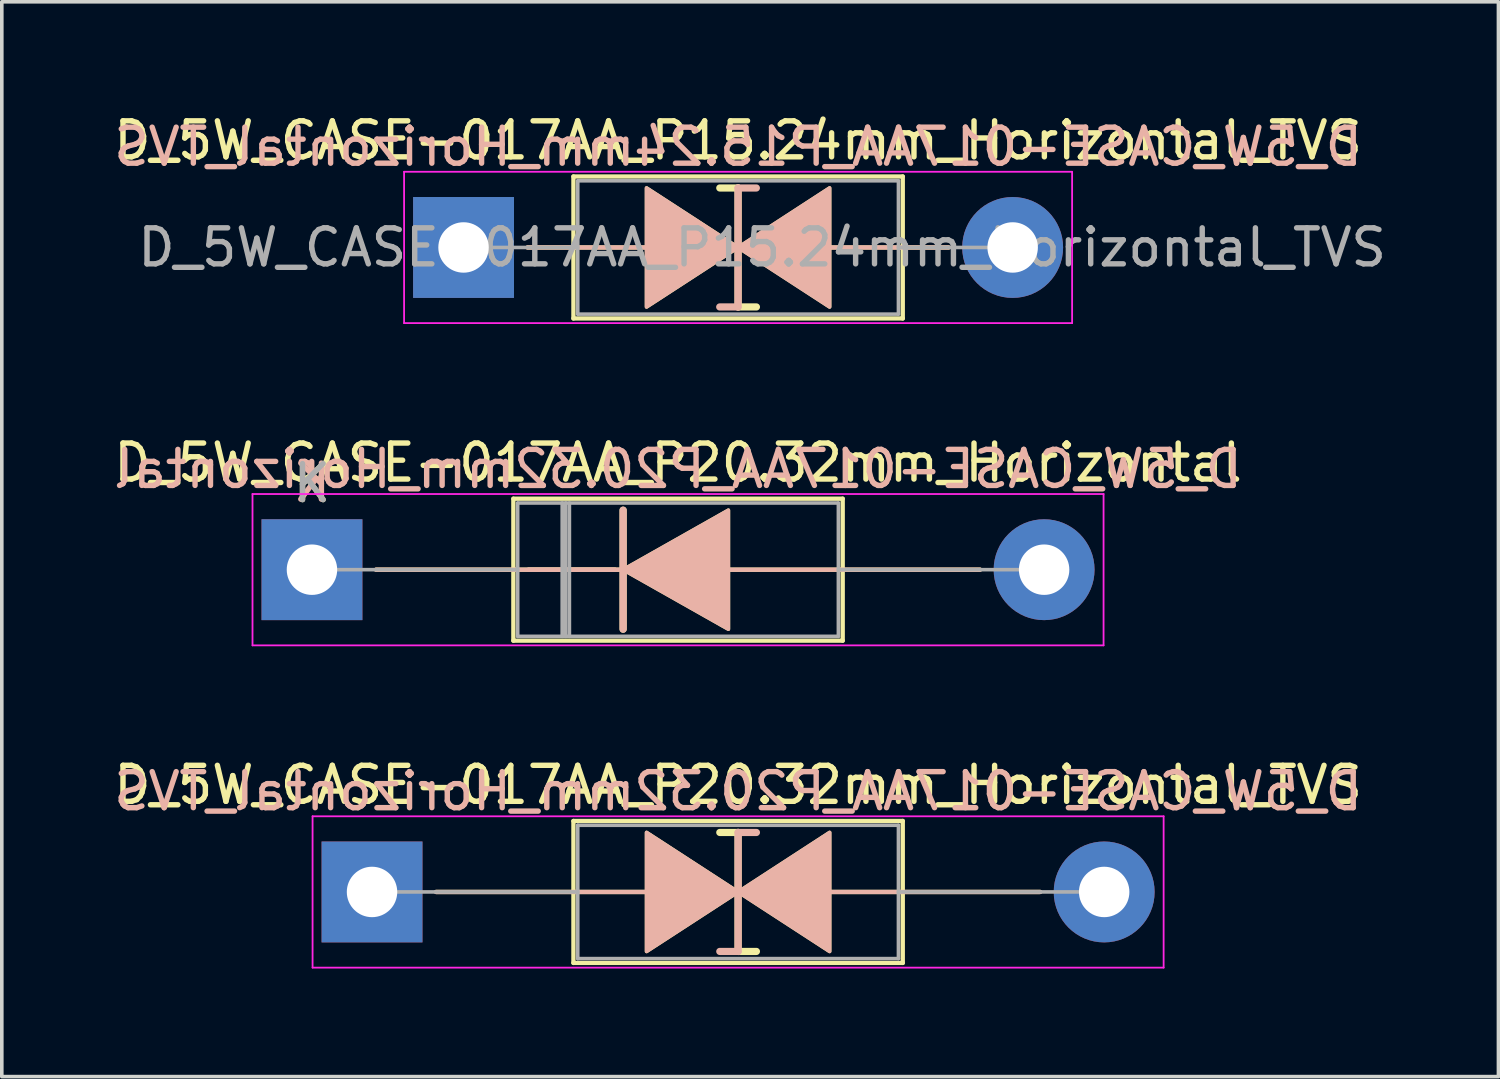
<source format=kicad_pcb>
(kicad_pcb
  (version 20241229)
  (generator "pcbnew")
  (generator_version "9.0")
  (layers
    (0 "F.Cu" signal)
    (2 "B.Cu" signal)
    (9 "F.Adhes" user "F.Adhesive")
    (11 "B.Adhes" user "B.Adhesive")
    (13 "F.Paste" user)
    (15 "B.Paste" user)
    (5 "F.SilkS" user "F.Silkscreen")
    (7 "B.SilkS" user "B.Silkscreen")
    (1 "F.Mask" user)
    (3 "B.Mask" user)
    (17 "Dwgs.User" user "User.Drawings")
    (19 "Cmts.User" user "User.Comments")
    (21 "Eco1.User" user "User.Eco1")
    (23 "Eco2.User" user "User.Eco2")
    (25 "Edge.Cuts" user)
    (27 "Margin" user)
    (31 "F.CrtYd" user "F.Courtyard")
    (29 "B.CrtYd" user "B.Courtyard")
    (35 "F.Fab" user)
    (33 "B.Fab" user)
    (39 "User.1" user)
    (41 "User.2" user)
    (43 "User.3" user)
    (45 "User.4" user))
  (footprint "D_5W_CASE-017AA_P20.32mm_Horizontal"
    (layer "F.Cu")
    (at 5.608 12.761)
    (property "Reference" "D_5W_CASE-017AA_P20.32mm_Horizontal" (at 10.16 -2.97 0) (layer "F.SilkS") (effects (font (size 1 1) (thickness 0.15))))
    (fp_line (start 1.778 0) (end 8.41 0) (stroke (width 0.12) (type solid)) (layer "F.SilkS"))
    (fp_line (start 5.59 -1.97) (end 5.59 1.97) (stroke (width 0.12) (type solid)) (layer "F.SilkS"))
    (fp_line (start 5.59 1.97) (end 14.73 1.97) (stroke (width 0.12) (type solid)) (layer "F.SilkS"))
    (fp_line (start 8.636 -1.651) (end 8.636 1.651) (stroke (width 0.2) (type solid)) (layer "F.SilkS"))
    (fp_line (start 8.636 0) (end 6.01 0) (stroke (width 0.12) (type solid)) (layer "F.SilkS"))
    (fp_line (start 14.73 -1.97) (end 5.59 -1.97) (stroke (width 0.12) (type solid)) (layer "F.SilkS"))
    (fp_line (start 14.73 1.97) (end 14.73 -1.97) (stroke (width 0.12) (type solid)) (layer "F.SilkS"))
    (fp_line (start 18.542 0) (end 11.43 0) (stroke (width 0.12) (type solid)) (layer "F.SilkS"))
    (fp_poly (pts (xy 11.557 1.651) (xy 8.636 0) (xy 11.557 -1.651)) (stroke (width 0.1) (type solid)) (fill yes) (layer "F.SilkS"))
    (fp_line (start 1.778 0) (end 8.41 0) (stroke (width 0.12) (type solid)) (layer "B.SilkS"))
    (fp_line (start 8.636 0) (end 6.01 0) (stroke (width 0.12) (type solid)) (layer "B.SilkS"))
    (fp_line (start 8.636 1.651) (end 8.636 -1.651) (stroke (width 0.2) (type solid)) (layer "B.SilkS"))
    (fp_line (start 18.542 0) (end 11.43 0) (stroke (width 0.12) (type solid)) (layer "B.SilkS"))
    (fp_poly (pts (xy 11.557 -1.651) (xy 8.636 0) (xy 11.557 1.651)) (stroke (width 0.1) (type solid)) (fill yes) (layer "B.SilkS"))
    (fp_line (start -1.65 -2.1) (end -1.65 2.1) (stroke (width 0.05) (type solid)) (layer "F.CrtYd"))
    (fp_line (start -1.65 2.1) (end 21.97 2.1) (stroke (width 0.05) (type solid)) (layer "F.CrtYd"))
    (fp_line (start 21.97 -2.1) (end -1.65 -2.1) (stroke (width 0.05) (type solid)) (layer "F.CrtYd"))
    (fp_line (start 21.97 2.1) (end 21.97 -2.1) (stroke (width 0.05) (type solid)) (layer "F.CrtYd"))
    (fp_line (start 0 0) (end 5.71 0) (stroke (width 0.1) (type solid)) (layer "F.Fab"))
    (fp_line (start 5.71 -1.85) (end 5.71 1.85) (stroke (width 0.1) (type solid)) (layer "F.Fab"))
    (fp_line (start 5.71 1.85) (end 14.61 1.85) (stroke (width 0.1) (type solid)) (layer "F.Fab"))
    (fp_line (start 6.945 -1.85) (end 6.945 1.85) (stroke (width 0.1) (type solid)) (layer "F.Fab"))
    (fp_line (start 7.045 -1.85) (end 7.045 1.85) (stroke (width 0.1) (type solid)) (layer "F.Fab"))
    (fp_line (start 7.145 -1.85) (end 7.145 1.85) (stroke (width 0.1) (type solid)) (layer "F.Fab"))
    (fp_line (start 14.61 -1.85) (end 5.71 -1.85) (stroke (width 0.1) (type solid)) (layer "F.Fab"))
    (fp_line (start 14.61 1.85) (end 14.61 -1.85) (stroke (width 0.1) (type solid)) (layer "F.Fab"))
    (fp_line (start 20.32 0) (end 14.61 0) (stroke (width 0.1) (type solid)) (layer "F.Fab"))
    (fp_text user "K" (at 0 -2.4 0) (layer "F.SilkS") (effects (font (size 1 1) (thickness 0.15))))
    (fp_text user "K" (at 0 -2.413 0) (layer "B.SilkS") (effects (font (size 1 1) (thickness 0.15)) (justify mirror)))
    (fp_text user "${REFERENCE}" (at 10.16 -2.794 0) (layer "B.SilkS") (effects (font (size 1 1) (thickness 0.15)) (justify mirror)))
    (fp_text user "K" (at 0 -2.4 0) (layer "F.Fab") (effects (font (size 1 1) (thickness 0.15))))
    (pad "1" thru_hole rect (at 0 0) (size 2.8 2.8) (drill 1.4) (layers "*.Cu" "*.Mask"))
    (pad "2" thru_hole oval (at 20.32 0) (size 2.8 2.8) (drill 1.4) (layers "*.Cu" "*.Mask")))
  (footprint "D_5W_CASE-017AA_P15.24mm_Horizontal_TVS"
    (layer "F.Cu")
    (at 9.815 3.818)
    (property "Reference" "D_5W_CASE-017AA_P15.24mm_Horizontal_TVS" (at 7.62 -2.97 0) (layer "F.SilkS") (effects (font (size 1 1) (thickness 0.15))))
    (fp_line (start 1.778 0) (end 3.05 0) (stroke (width 0.12) (type solid)) (layer "F.SilkS"))
    (fp_line (start 3.048 0) (end 5.08 0) (stroke (width 0.12) (type solid)) (layer "F.SilkS"))
    (fp_line (start 3.05 -1.97) (end 3.05 1.97) (stroke (width 0.12) (type solid)) (layer "F.SilkS"))
    (fp_line (start 3.05 1.97) (end 12.19 1.97) (stroke (width 0.12) (type solid)) (layer "F.SilkS"))
    (fp_line (start 7.62 -1.651) (end 7.112 -1.651) (stroke (width 0.2) (type solid)) (layer "F.SilkS"))
    (fp_line (start 7.62 1.651) (end 7.62 -1.651) (stroke (width 0.2) (type solid)) (layer "F.SilkS"))
    (fp_line (start 8.128 1.651) (end 7.62 1.651) (stroke (width 0.2) (type solid)) (layer "F.SilkS"))
    (fp_line (start 12.19 -1.97) (end 3.05 -1.97) (stroke (width 0.12) (type solid)) (layer "F.SilkS"))
    (fp_line (start 12.19 0) (end 10.16 0) (stroke (width 0.12) (type solid)) (layer "F.SilkS"))
    (fp_line (start 12.19 1.97) (end 12.19 -1.97) (stroke (width 0.12) (type solid)) (layer "F.SilkS"))
    (fp_line (start 13.462 0) (end 12.19 0) (stroke (width 0.12) (type solid)) (layer "F.SilkS"))
    (fp_poly (pts (xy 7.62 0) (xy 5.08 1.651) (xy 5.08 -1.651)) (stroke (width 0.1) (type solid)) (fill yes) (layer "F.SilkS"))
    (fp_poly (pts (xy 7.62 0) (xy 10.16 -1.651) (xy 10.16 1.651)) (stroke (width 0.1) (type solid)) (fill yes) (layer "F.SilkS"))
    (fp_line (start 1.776 0) (end 3.048 0) (stroke (width 0.12) (type solid)) (layer "B.SilkS"))
    (fp_line (start 3.046 0) (end 5.078 0) (stroke (width 0.12) (type solid)) (layer "B.SilkS"))
    (fp_line (start 7.618 -1.651) (end 7.618 1.651) (stroke (width 0.2) (type solid)) (layer "B.SilkS"))
    (fp_line (start 7.618 1.651) (end 7.11 1.651) (stroke (width 0.2) (type solid)) (layer "B.SilkS"))
    (fp_line (start 8.126 -1.651) (end 7.618 -1.651) (stroke (width 0.2) (type solid)) (layer "B.SilkS"))
    (fp_line (start 12.188 0) (end 10.158 0) (stroke (width 0.12) (type solid)) (layer "B.SilkS"))
    (fp_line (start 13.46 0) (end 12.188 0) (stroke (width 0.12) (type solid)) (layer "B.SilkS"))
    (fp_poly (pts (xy 7.618 0) (xy 5.078 -1.651) (xy 5.078 1.651)) (stroke (width 0.1) (type solid)) (fill yes) (layer "B.SilkS"))
    (fp_poly (pts (xy 7.618 0) (xy 10.158 1.651) (xy 10.158 -1.651)) (stroke (width 0.1) (type solid)) (fill yes) (layer "B.SilkS"))
    (fp_line (start -1.65 -2.1) (end -1.65 2.1) (stroke (width 0.05) (type solid)) (layer "F.CrtYd"))
    (fp_line (start -1.65 2.1) (end 16.89 2.1) (stroke (width 0.05) (type solid)) (layer "F.CrtYd"))
    (fp_line (start 16.89 -2.1) (end -1.65 -2.1) (stroke (width 0.05) (type solid)) (layer "F.CrtYd"))
    (fp_line (start 16.89 2.1) (end 16.89 -2.1) (stroke (width 0.05) (type solid)) (layer "F.CrtYd"))
    (fp_line (start 0 0) (end 3.17 0) (stroke (width 0.1) (type solid)) (layer "F.Fab"))
    (fp_line (start 3.17 -1.85) (end 3.17 1.85) (stroke (width 0.1) (type solid)) (layer "F.Fab"))
    (fp_line (start 3.17 1.85) (end 12.07 1.85) (stroke (width 0.1) (type solid)) (layer "F.Fab"))
    (fp_line (start 12.07 -1.85) (end 3.17 -1.85) (stroke (width 0.1) (type solid)) (layer "F.Fab"))
    (fp_line (start 12.07 1.85) (end 12.07 -1.85) (stroke (width 0.1) (type solid)) (layer "F.Fab"))
    (fp_line (start 15.24 0) (end 12.07 0) (stroke (width 0.1) (type solid)) (layer "F.Fab"))
    (fp_text user "${REFERENCE}" (at 7.62 -2.794 0) (layer "B.SilkS") (effects (font (size 1 1) (thickness 0.15)) (justify mirror)))
    (fp_text user "${REFERENCE}" (at 8.287 0 0) (layer "F.Fab") (effects (font (size 1 1) (thickness 0.15))))
    (pad "1" thru_hole rect (at 0 0) (size 2.8 2.8) (drill 1.4) (layers "*.Cu" "*.Mask"))
    (pad "2" thru_hole oval (at 15.24 0) (size 2.8 2.8) (drill 1.4) (layers "*.Cu" "*.Mask")))
  (footprint "D_5W_CASE-017AA_P20.32mm_Horizontal_TVS"
    (layer "F.Cu")
    (at 7.275 21.705)
    (property "Reference" "D_5W_CASE-017AA_P20.32mm_Horizontal_TVS" (at 10.16 -2.97 0) (layer "F.SilkS") (effects (font (size 1 1) (thickness 0.15))))
    (fp_line (start 1.778 0) (end 5.59 0) (stroke (width 0.12) (type solid)) (layer "F.SilkS"))
    (fp_line (start 5.588 0) (end 7.62 0) (stroke (width 0.12) (type solid)) (layer "F.SilkS"))
    (fp_line (start 5.59 -1.97) (end 5.59 1.97) (stroke (width 0.12) (type solid)) (layer "F.SilkS"))
    (fp_line (start 5.59 1.97) (end 14.73 1.97) (stroke (width 0.12) (type solid)) (layer "F.SilkS"))
    (fp_line (start 10.16 -1.651) (end 9.652 -1.651) (stroke (width 0.2) (type solid)) (layer "F.SilkS"))
    (fp_line (start 10.16 1.651) (end 10.16 -1.651) (stroke (width 0.2) (type solid)) (layer "F.SilkS"))
    (fp_line (start 10.668 1.651) (end 10.16 1.651) (stroke (width 0.2) (type solid)) (layer "F.SilkS"))
    (fp_line (start 14.73 -1.97) (end 5.59 -1.97) (stroke (width 0.12) (type solid)) (layer "F.SilkS"))
    (fp_line (start 14.73 0) (end 12.7 0) (stroke (width 0.12) (type solid)) (layer "F.SilkS"))
    (fp_line (start 14.73 1.97) (end 14.73 -1.97) (stroke (width 0.12) (type solid)) (layer "F.SilkS"))
    (fp_line (start 18.542 0) (end 14.73 0) (stroke (width 0.12) (type solid)) (layer "F.SilkS"))
    (fp_poly (pts (xy 10.16 0) (xy 7.62 1.651) (xy 7.62 -1.651)) (stroke (width 0.1) (type solid)) (fill yes) (layer "F.SilkS"))
    (fp_poly (pts (xy 10.16 0) (xy 12.7 -1.651) (xy 12.7 1.651)) (stroke (width 0.1) (type solid)) (fill yes) (layer "F.SilkS"))
    (fp_line (start 1.778 0) (end 5.59 0) (stroke (width 0.12) (type solid)) (layer "B.SilkS"))
    (fp_line (start 5.588 0) (end 7.62 0) (stroke (width 0.12) (type solid)) (layer "B.SilkS"))
    (fp_line (start 10.16 -1.651) (end 10.16 1.651) (stroke (width 0.2) (type solid)) (layer "B.SilkS"))
    (fp_line (start 10.16 1.651) (end 9.652 1.651) (stroke (width 0.2) (type solid)) (layer "B.SilkS"))
    (fp_line (start 10.668 -1.651) (end 10.16 -1.651) (stroke (width 0.2) (type solid)) (layer "B.SilkS"))
    (fp_line (start 14.73 0) (end 12.7 0) (stroke (width 0.12) (type solid)) (layer "B.SilkS"))
    (fp_line (start 18.542 0) (end 14.73 0) (stroke (width 0.12) (type solid)) (layer "B.SilkS"))
    (fp_poly (pts (xy 10.16 0) (xy 7.62 -1.651) (xy 7.62 1.651)) (stroke (width 0.1) (type solid)) (fill yes) (layer "B.SilkS"))
    (fp_poly (pts (xy 10.16 0) (xy 12.7 1.651) (xy 12.7 -1.651)) (stroke (width 0.1) (type solid)) (fill yes) (layer "B.SilkS"))
    (fp_line (start -1.65 -2.1) (end -1.65 2.1) (stroke (width 0.05) (type solid)) (layer "F.CrtYd"))
    (fp_line (start -1.65 2.1) (end 21.97 2.1) (stroke (width 0.05) (type solid)) (layer "F.CrtYd"))
    (fp_line (start 21.97 -2.1) (end -1.65 -2.1) (stroke (width 0.05) (type solid)) (layer "F.CrtYd"))
    (fp_line (start 21.97 2.1) (end 21.97 -2.1) (stroke (width 0.05) (type solid)) (layer "F.CrtYd"))
    (fp_line (start 0 0) (end 5.71 0) (stroke (width 0.1) (type solid)) (layer "F.Fab"))
    (fp_line (start 5.71 -1.85) (end 5.71 1.85) (stroke (width 0.1) (type solid)) (layer "F.Fab"))
    (fp_line (start 5.71 1.85) (end 14.61 1.85) (stroke (width 0.1) (type solid)) (layer "F.Fab"))
    (fp_line (start 14.61 -1.85) (end 5.71 -1.85) (stroke (width 0.1) (type solid)) (layer "F.Fab"))
    (fp_line (start 14.61 1.85) (end 14.61 -1.85) (stroke (width 0.1) (type solid)) (layer "F.Fab"))
    (fp_line (start 20.32 0) (end 14.61 0) (stroke (width 0.1) (type solid)) (layer "F.Fab"))
    (fp_text user "${REFERENCE}" (at 10.16 -2.794 0) (layer "B.SilkS") (effects (font (size 1 1) (thickness 0.15)) (justify mirror)))
    (pad "1" thru_hole rect (at 0 0) (size 2.8 2.8) (drill 1.4) (layers "*.Cu" "*.Mask"))
    (pad "2" thru_hole oval (at 20.32 0) (size 2.8 2.8) (drill 1.4) (layers "*.Cu" "*.Mask")))
  (gr_rect
    (start -3 -3)
    (end 38.537 26.83)
    (stroke (width 0.1) (type default))
    (fill no)
    (layer "Edge.Cuts")))
</source>
